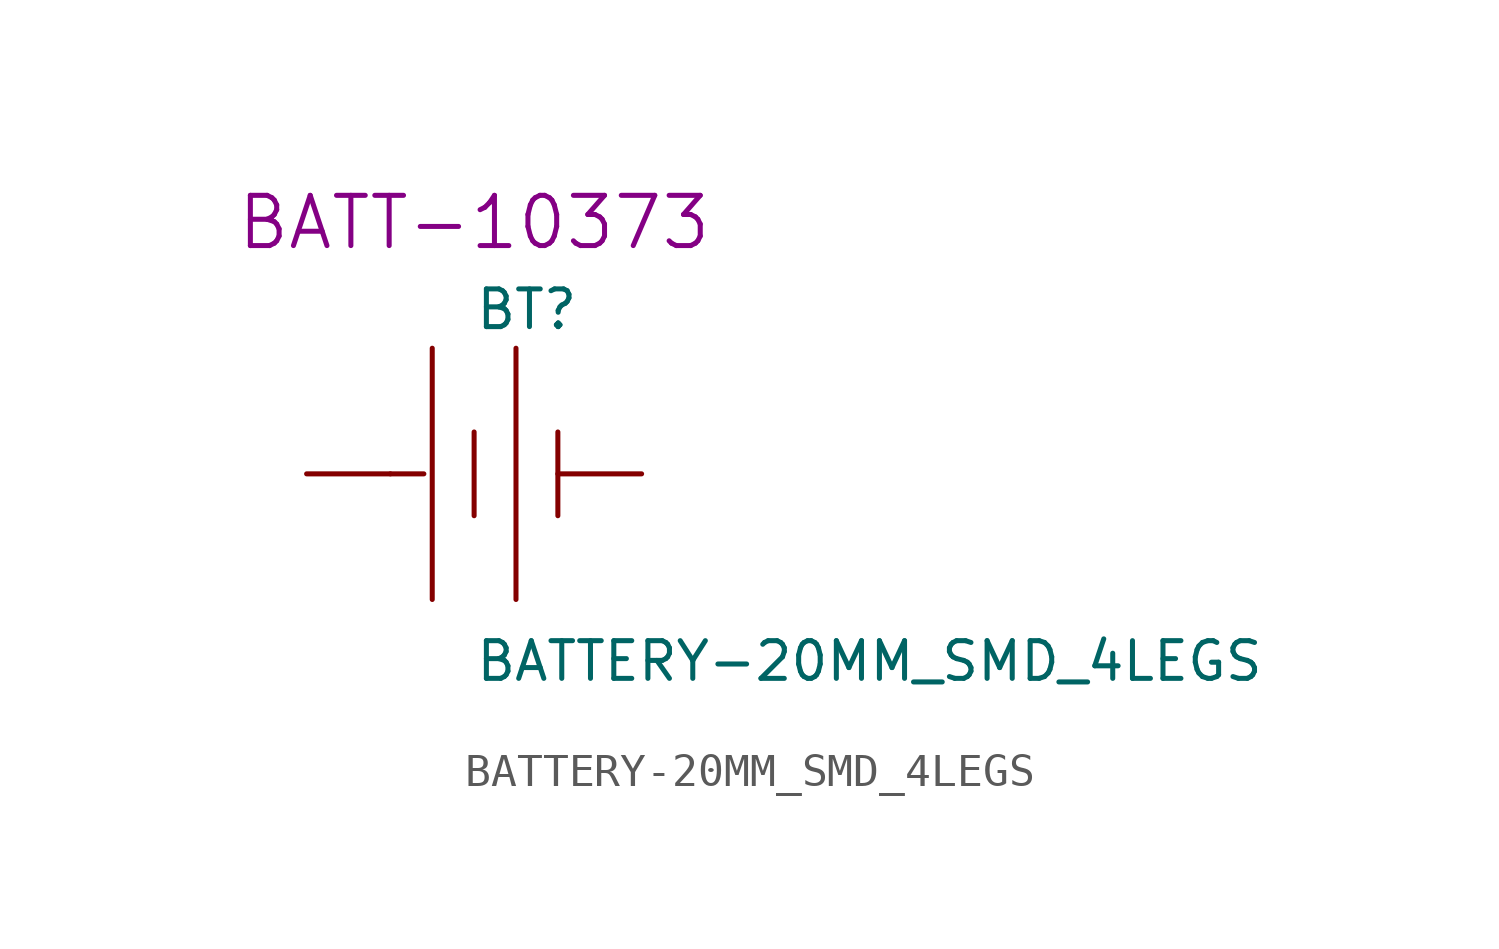
<source format=kicad_sym>
(kicad_symbol_lib
  (version 20220914)
  (generator kicad_symbol_editor)
  (symbol "BATTERY-20MM_SMD_4LEGS"
    (pin_numbers hide)
    (pin_names
      (offset 1.016) hide)
    (property "Reference" "BT"
      (at 0 4.318 0)
      (effects (font (size 1.143 1.143)) (justify left bottom)))
    (property "Value" "BATTERY-20MM_SMD_4LEGS"
      (at 0 -6.35 0)
      (effects (font (size 1.143 1.143)) (justify left bottom)))
    (property "Field4" "BATT-10373"
      (at 0 7.62 0)
      (effects (font (size 1.524 1.524))))
    (property "ki_locked" ""
      (at 0 0 0)
      (effects (font (size 1.27 1.27))))
    (symbol "BATTERY-20MM_SMD_4LEGS_1_0"
      (polyline (pts (xy -2.54 0) (xy -1.524 0)) (stroke (width 0) (type solid)) (fill (type none)))
      (polyline (pts (xy -1.27 3.81) (xy -1.27 -3.81)) (stroke (width 0) (type solid)) (fill (type none)))
      (polyline (pts (xy 0 1.27) (xy 0 -1.27)) (stroke (width 0) (type solid)) (fill (type none)))
      (polyline (pts (xy 1.27 3.81) (xy 1.27 -3.81)) (stroke (width 0) (type solid)) (fill (type none)))
      (polyline (pts (xy 2.54 1.27) (xy 2.54 -1.27)) (stroke (width 0) (type solid)) (fill (type none))))
    (symbol "BATTERY-20MM_SMD_4LEGS_1_1"
      (pin power_in line (at 5.08 0 180) (length 2.54) (name "-" (effects (font (size 1.016 1.016)))) (number "NEGA" (effects (font (size 1.016 1.016)))))
      (pin power_in line (at -5.08 0 0) (length 2.54) (name "+" (effects (font (size 1.016 1.016)))) (number "POSI" (effects (font (size 1.016 1.016)))))
      (pin power_in line (at -5.08 0 0) (length 2.54) hide (name "+" (effects (font (size 1.016 1.016)))) (number "POSI" (effects (font (size 1.016 1.016)))))
      (pin power_in line (at -5.08 0 0) (length 2.54) hide (name "+" (effects (font (size 1.016 1.016)))) (number "POSI" (effects (font (size 1.016 1.016)))))
      (pin power_in line (at -5.08 0 0) (length 2.54) hide (name "+" (effects (font (size 1.016 1.016)))) (number "POSI" (effects (font (size 1.016 1.016))))))))
</source>
